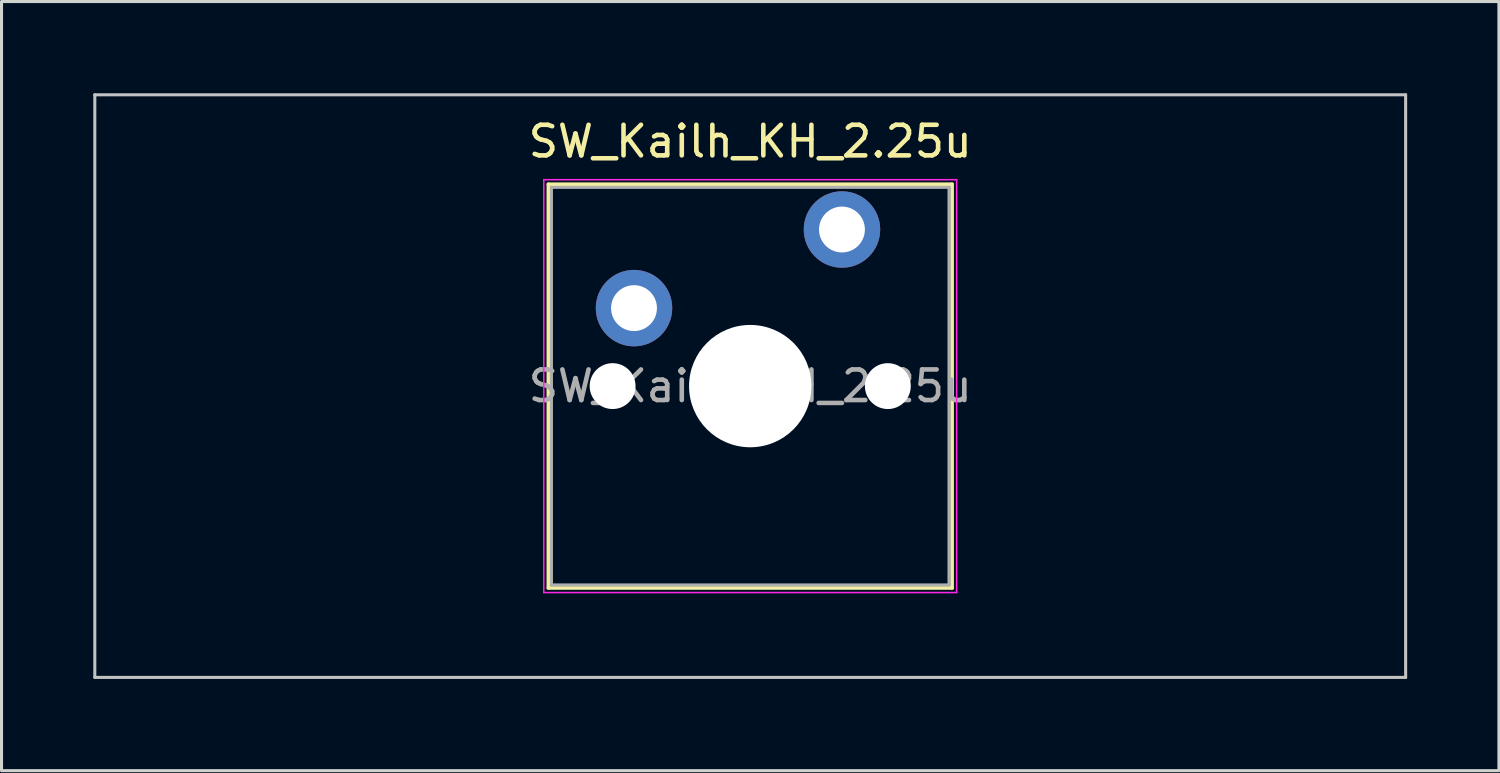
<source format=kicad_pcb>
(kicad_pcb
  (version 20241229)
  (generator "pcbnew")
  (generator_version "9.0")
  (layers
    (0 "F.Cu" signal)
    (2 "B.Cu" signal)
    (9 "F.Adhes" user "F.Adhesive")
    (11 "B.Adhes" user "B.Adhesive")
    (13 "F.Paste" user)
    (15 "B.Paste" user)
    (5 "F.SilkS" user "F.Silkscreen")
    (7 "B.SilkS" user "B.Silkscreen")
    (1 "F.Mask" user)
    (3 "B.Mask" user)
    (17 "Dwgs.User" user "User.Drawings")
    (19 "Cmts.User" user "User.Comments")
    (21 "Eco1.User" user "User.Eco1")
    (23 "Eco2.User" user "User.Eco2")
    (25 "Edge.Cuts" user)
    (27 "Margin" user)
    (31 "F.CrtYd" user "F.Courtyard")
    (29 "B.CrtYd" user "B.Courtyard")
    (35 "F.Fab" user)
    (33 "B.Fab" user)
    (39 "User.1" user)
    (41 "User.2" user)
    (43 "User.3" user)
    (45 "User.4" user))
  (footprint "SW_Kailh_KH_2.25u"
    (layer "F.Cu")
    (at 21.481 9.575)
    (property "Reference" "SW_Kailh_KH_2.25u" (at 0 -8 0) (layer "F.SilkS") (effects (font (size 1 1) (thickness 0.15))))
    (attr through_hole)
    (fp_line (start -6.6 -6.6) (end -6.6 6.6) (stroke (width 0.12) (type solid)) (layer "F.SilkS"))
    (fp_line (start -6.6 6.6) (end 6.6 6.6) (stroke (width 0.12) (type solid)) (layer "F.SilkS"))
    (fp_line (start 6.6 -6.6) (end -6.6 -6.6) (stroke (width 0.12) (type solid)) (layer "F.SilkS"))
    (fp_line (start 6.6 6.6) (end 6.6 -6.6) (stroke (width 0.12) (type solid)) (layer "F.SilkS"))
    (fp_line (start -21.431 -9.525) (end -21.431 9.525) (stroke (width 0.1) (type solid)) (layer "Dwgs.User"))
    (fp_line (start -21.431 9.525) (end 21.431 9.525) (stroke (width 0.1) (type solid)) (layer "Dwgs.User"))
    (fp_line (start 21.431 -9.525) (end -21.431 -9.525) (stroke (width 0.1) (type solid)) (layer "Dwgs.User"))
    (fp_line (start 21.431 9.525) (end 21.431 -9.525) (stroke (width 0.1) (type solid)) (layer "Dwgs.User"))
    (fp_line (start -6.1 -6.1) (end -6.1 6.1) (stroke (width 0.1) (type solid)) (layer "Eco1.User"))
    (fp_line (start -6.1 6.1) (end 6.1 6.1) (stroke (width 0.1) (type solid)) (layer "Eco1.User"))
    (fp_line (start 6.1 -6.1) (end -6.1 -6.1) (stroke (width 0.1) (type solid)) (layer "Eco1.User"))
    (fp_line (start 6.1 6.1) (end 6.1 -6.1) (stroke (width 0.1) (type solid)) (layer "Eco1.User"))
    (fp_line (start -6.75 -6.75) (end -6.75 6.75) (stroke (width 0.05) (type solid)) (layer "F.CrtYd"))
    (fp_line (start -6.75 6.75) (end 6.75 6.75) (stroke (width 0.05) (type solid)) (layer "F.CrtYd"))
    (fp_line (start 6.75 -6.75) (end -6.75 -6.75) (stroke (width 0.05) (type solid)) (layer "F.CrtYd"))
    (fp_line (start 6.75 6.75) (end 6.75 -6.75) (stroke (width 0.05) (type solid)) (layer "F.CrtYd"))
    (fp_line (start -6.5 -6.5) (end -6.5 6.5) (stroke (width 0.1) (type solid)) (layer "F.Fab"))
    (fp_line (start -6.5 6.5) (end 6.5 6.5) (stroke (width 0.1) (type solid)) (layer "F.Fab"))
    (fp_line (start 6.5 -6.5) (end -6.5 -6.5) (stroke (width 0.1) (type solid)) (layer "F.Fab"))
    (fp_line (start 6.5 6.5) (end 6.5 -6.5) (stroke (width 0.1) (type solid)) (layer "F.Fab"))
    (fp_text user "${REFERENCE}" (at 0 0 0) (layer "F.Fab") (effects (font (size 1 1) (thickness 0.15))))
    (pad "" np_thru_hole circle (at -4.5 0) (size 1.5 1.5) (drill 1.5) (layers "*.Cu" "*.Mask"))
    (pad "" smd circle (at -3.8 -2.55) (size 1.55 1.55) (layers "F.Mask"))
    (pad "" np_thru_hole circle (at 0 0) (size 4 4) (drill 4) (layers "*.Cu" "*.Mask"))
    (pad "" smd circle (at 3 -5.12) (size 1.55 1.55) (layers "F.Mask"))
    (pad "" np_thru_hole circle (at 4.5 0) (size 1.5 1.5) (drill 1.5) (layers "*.Cu" "*.Mask"))
    (pad "1" thru_hole circle (at -3.8 -2.55) (size 2.5 2.5) (drill 1.5) (layers "*.Cu" "B.Mask"))
    (pad "2" thru_hole circle (at 3 -5.12) (size 2.5 2.5) (drill 1.5) (layers "*.Cu" "B.Mask")))
  (gr_rect
    (start -3 -3)
    (end 45.962 22.15)
    (stroke (width 0.1) (type default))
    (fill no)
    (layer "Edge.Cuts")))
</source>
